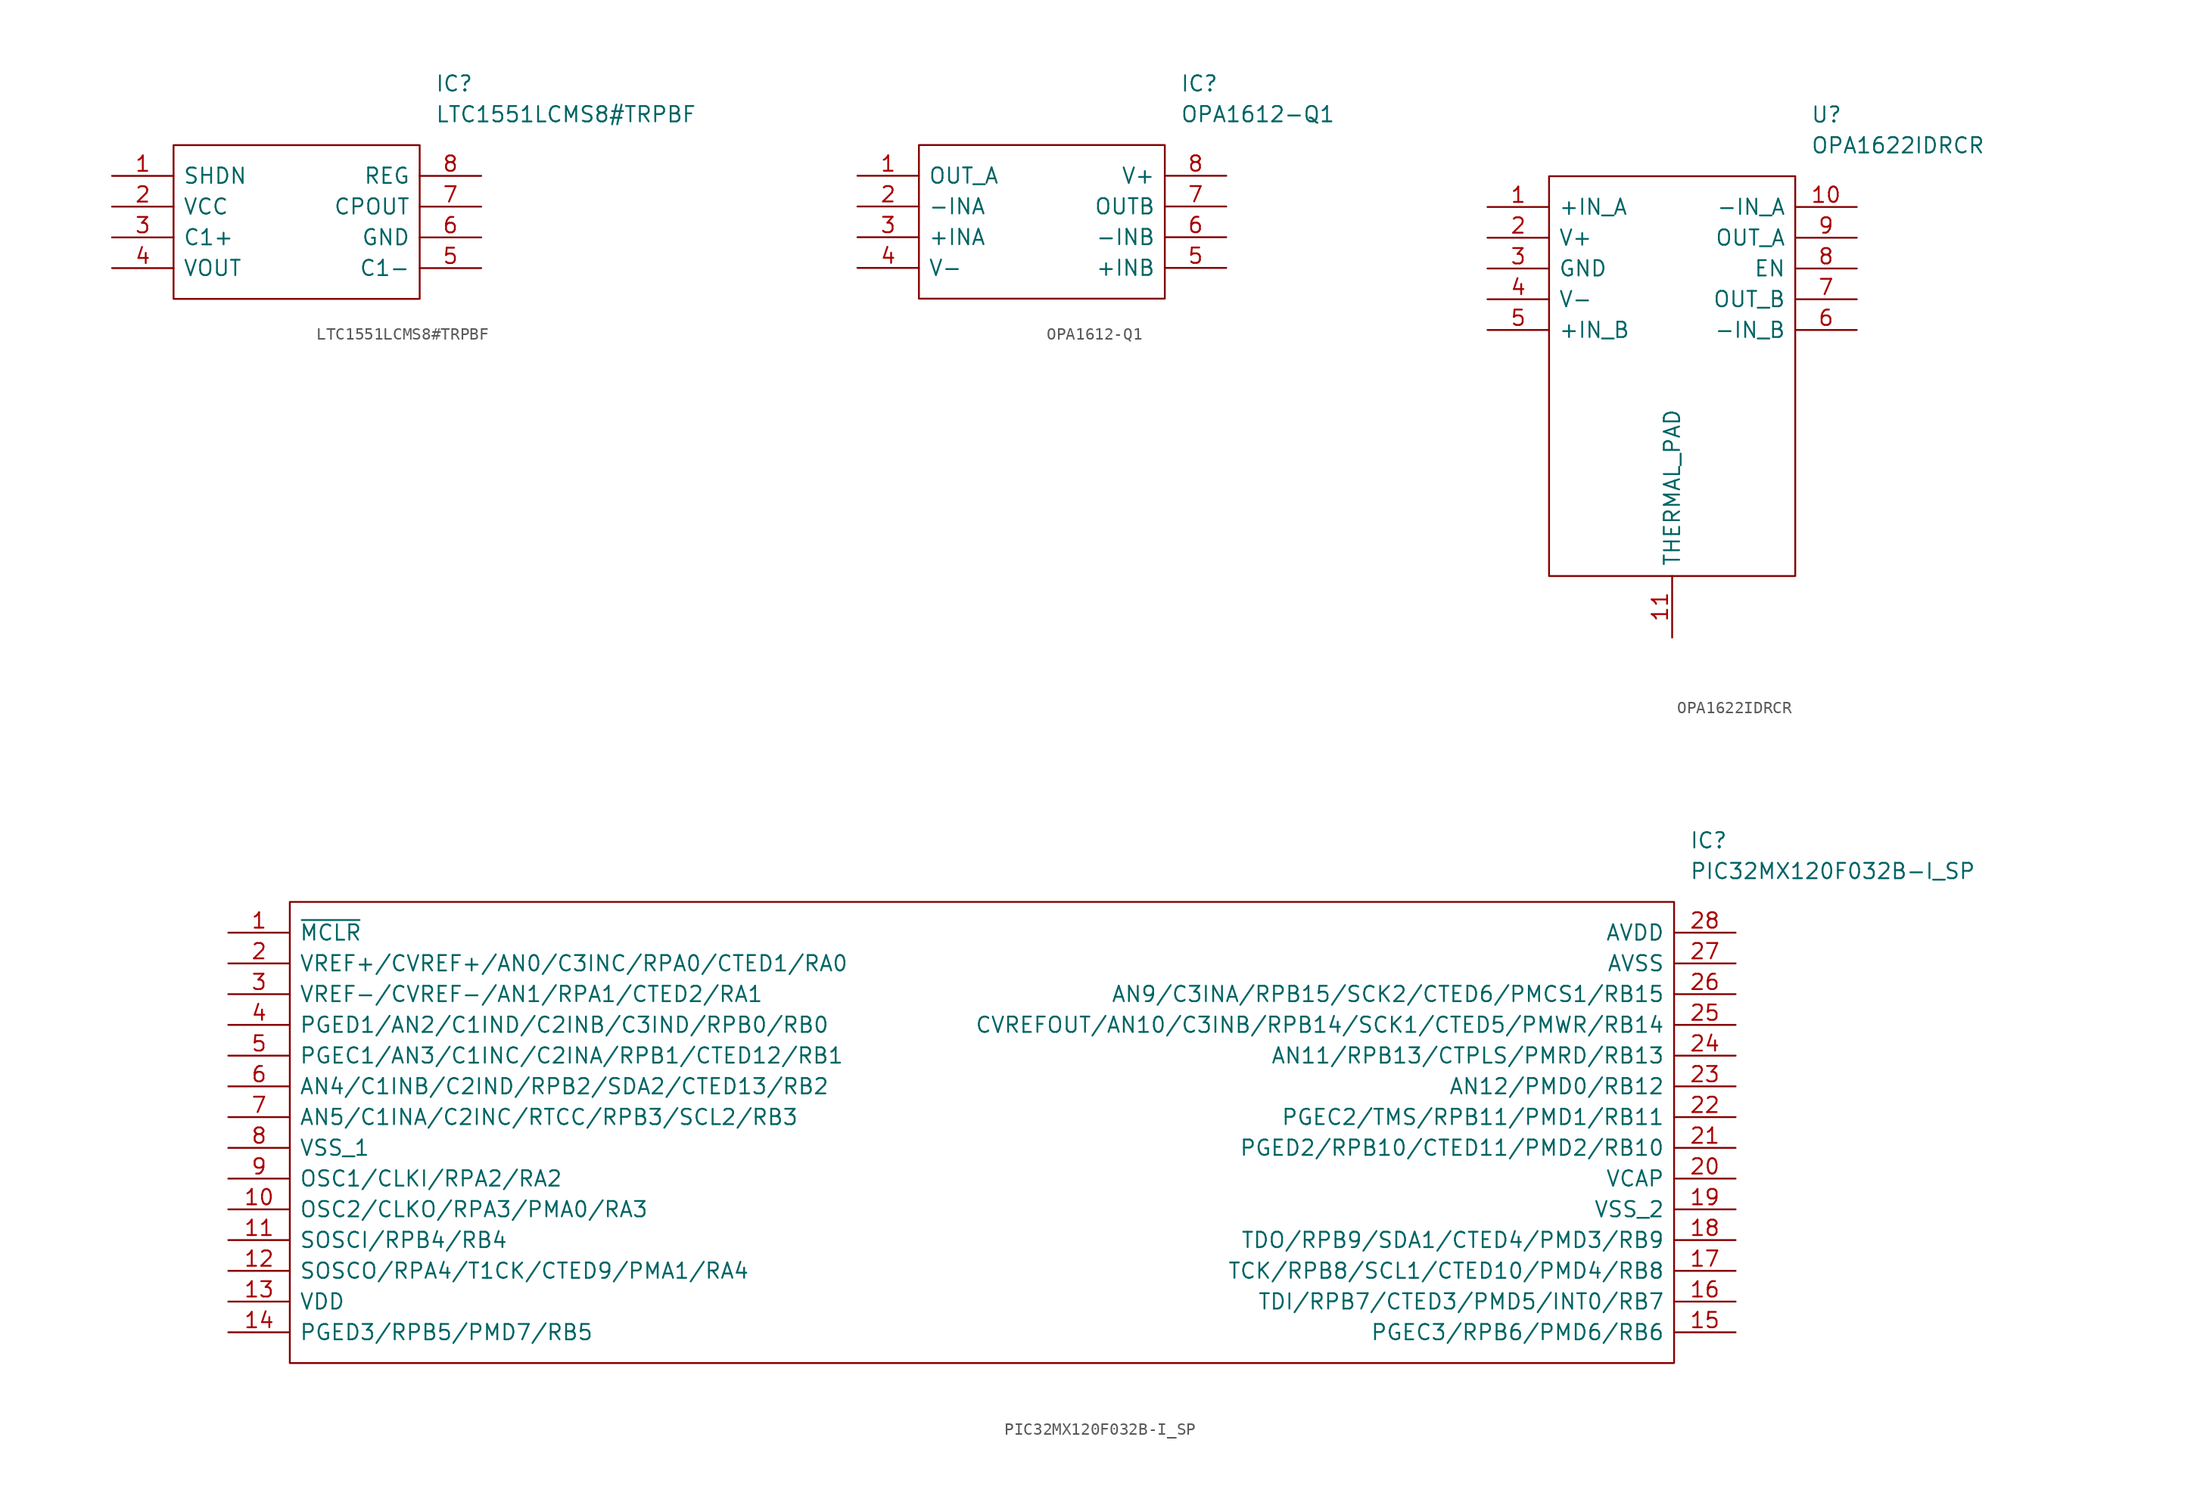
<source format=kicad_sym>
(kicad_symbol_lib
  (version 20211014)
  (generator kicad_symbol_editor)
  (symbol "LTC1551LCMS8#TRPBF"
    (pin_names
      (offset 0.762))
    (property "Reference" "IC"
      (at 26.67 7.62 0)
      (effects (font (size 1.27 1.27)) (justify left)))
    (property "Value" "LTC1551LCMS8#TRPBF"
      (at 26.67 5.08 0)
      (effects (font (size 1.27 1.27)) (justify left)))
    (symbol "LTC1551LCMS8#TRPBF_0_0"
      (pin passive line (at 0 0 0) (length 5.08) (name "SHDN" (effects (font (size 1.27 1.27)))) (number "1" (effects (font (size 1.27 1.27)))))
      (pin passive line (at 0 -2.54 0) (length 5.08) (name "VCC" (effects (font (size 1.27 1.27)))) (number "2" (effects (font (size 1.27 1.27)))))
      (pin passive line (at 0 -5.08 0) (length 5.08) (name "C1+" (effects (font (size 1.27 1.27)))) (number "3" (effects (font (size 1.27 1.27)))))
      (pin passive line (at 0 -7.62 0) (length 5.08) (name "VOUT" (effects (font (size 1.27 1.27)))) (number "4" (effects (font (size 1.27 1.27)))))
      (pin passive line (at 30.48 -7.62 180) (length 5.08) (name "C1-" (effects (font (size 1.27 1.27)))) (number "5" (effects (font (size 1.27 1.27)))))
      (pin passive line (at 30.48 -5.08 180) (length 5.08) (name "GND" (effects (font (size 1.27 1.27)))) (number "6" (effects (font (size 1.27 1.27)))))
      (pin passive line (at 30.48 -2.54 180) (length 5.08) (name "CPOUT" (effects (font (size 1.27 1.27)))) (number "7" (effects (font (size 1.27 1.27)))))
      (pin passive line (at 30.48 0 180) (length 5.08) (name "REG" (effects (font (size 1.27 1.27)))) (number "8" (effects (font (size 1.27 1.27))))))
    (symbol "LTC1551LCMS8#TRPBF_0_1"
      (polyline (pts (xy 5.08 2.54) (xy 25.4 2.54) (xy 25.4 -10.16) (xy 5.08 -10.16) (xy 5.08 2.54)) (stroke (width 0.152) (type default) (color 0 0 0 0)) (fill (type none)))))
  (symbol "OPA1612-Q1"
    (pin_names
      (offset 0.762))
    (property "Reference" "IC"
      (at 26.67 7.62 0)
      (effects (font (size 1.27 1.27)) (justify left)))
    (property "Value" "OPA1612-Q1"
      (at 26.67 5.08 0)
      (effects (font (size 1.27 1.27)) (justify left)))
    (symbol "OPA1612-Q1_0_0"
      (pin passive line (at 0 0 0) (length 5.08) (name "OUT_A" (effects (font (size 1.27 1.27)))) (number "1" (effects (font (size 1.27 1.27)))))
      (pin passive line (at 0 -2.54 0) (length 5.08) (name "-INA" (effects (font (size 1.27 1.27)))) (number "2" (effects (font (size 1.27 1.27)))))
      (pin passive line (at 0 -5.08 0) (length 5.08) (name "+INA" (effects (font (size 1.27 1.27)))) (number "3" (effects (font (size 1.27 1.27)))))
      (pin passive line (at 0 -7.62 0) (length 5.08) (name "V-" (effects (font (size 1.27 1.27)))) (number "4" (effects (font (size 1.27 1.27)))))
      (pin passive line (at 30.48 -7.62 180) (length 5.08) (name "+INB" (effects (font (size 1.27 1.27)))) (number "5" (effects (font (size 1.27 1.27)))))
      (pin passive line (at 30.48 -5.08 180) (length 5.08) (name "-INB" (effects (font (size 1.27 1.27)))) (number "6" (effects (font (size 1.27 1.27)))))
      (pin passive line (at 30.48 -2.54 180) (length 5.08) (name "OUTB" (effects (font (size 1.27 1.27)))) (number "7" (effects (font (size 1.27 1.27)))))
      (pin passive line (at 30.48 0 180) (length 5.08) (name "V+" (effects (font (size 1.27 1.27)))) (number "8" (effects (font (size 1.27 1.27))))))
    (symbol "OPA1612-Q1_0_1"
      (polyline (pts (xy 5.08 2.54) (xy 25.4 2.54) (xy 25.4 -10.16) (xy 5.08 -10.16) (xy 5.08 2.54)) (stroke (width 0.152) (type default) (color 0 0 0 0)) (fill (type none)))))
  (symbol "OPA1622IDRCR"
    (pin_names
      (offset 0.762))
    (property "Reference" "U"
      (at 26.67 7.62 0)
      (effects (font (size 1.27 1.27)) (justify left)))
    (property "Value" "OPA1622IDRCR"
      (at 26.67 5.08 0)
      (effects (font (size 1.27 1.27)) (justify left)))
    (symbol "OPA1622IDRCR_0_0"
      (pin input line (at 0 0 0) (length 5.08) (name "+IN_A" (effects (font (size 1.27 1.27)))) (number "1" (effects (font (size 1.27 1.27)))))
      (pin input line (at 30.48 0 180) (length 5.08) (name "-IN_A" (effects (font (size 1.27 1.27)))) (number "10" (effects (font (size 1.27 1.27)))))
      (pin power_in line (at 15.24 -35.56 90) (length 5.08) (name "THERMAL_PAD" (effects (font (size 1.27 1.27)))) (number "11" (effects (font (size 1.27 1.27)))))
      (pin power_in line (at 0 -2.54 0) (length 5.08) (name "V+" (effects (font (size 1.27 1.27)))) (number "2" (effects (font (size 1.27 1.27)))))
      (pin power_in line (at 0 -5.08 0) (length 5.08) (name "GND" (effects (font (size 1.27 1.27)))) (number "3" (effects (font (size 1.27 1.27)))))
      (pin power_in line (at 0 -7.62 0) (length 5.08) (name "V-" (effects (font (size 1.27 1.27)))) (number "4" (effects (font (size 1.27 1.27)))))
      (pin input line (at 0 -10.16 0) (length 5.08) (name "+IN_B" (effects (font (size 1.27 1.27)))) (number "5" (effects (font (size 1.27 1.27)))))
      (pin input line (at 30.48 -10.16 180) (length 5.08) (name "-IN_B" (effects (font (size 1.27 1.27)))) (number "6" (effects (font (size 1.27 1.27)))))
      (pin output line (at 30.48 -7.62 180) (length 5.08) (name "OUT_B" (effects (font (size 1.27 1.27)))) (number "7" (effects (font (size 1.27 1.27)))))
      (pin bidirectional line (at 30.48 -5.08 180) (length 5.08) (name "EN" (effects (font (size 1.27 1.27)))) (number "8" (effects (font (size 1.27 1.27)))))
      (pin output line (at 30.48 -2.54 180) (length 5.08) (name "OUT_A" (effects (font (size 1.27 1.27)))) (number "9" (effects (font (size 1.27 1.27))))))
    (symbol "OPA1622IDRCR_0_1"
      (polyline (pts (xy 5.08 2.54) (xy 25.4 2.54) (xy 25.4 -30.48) (xy 5.08 -30.48) (xy 5.08 2.54)) (stroke (width 0.152) (type default) (color 0 0 0 0)) (fill (type none)))))
  (symbol "PIC32MX120F032B-I_SP"
    (pin_names
      (offset 0.762))
    (property "Reference" "IC"
      (at 120.65 7.62 0)
      (effects (font (size 1.27 1.27)) (justify left)))
    (property "Value" "PIC32MX120F032B-I_SP"
      (at 120.65 5.08 0)
      (effects (font (size 1.27 1.27)) (justify left)))
    (symbol "PIC32MX120F032B-I_SP_0_0"
      (pin passive line (at 0 0 0) (length 5.08) (name "~{MCLR}" (effects (font (size 1.27 1.27)))) (number "1" (effects (font (size 1.27 1.27)))))
      (pin passive line (at 0 -22.86 0) (length 5.08) (name "OSC2/CLKO/RPA3/PMA0/RA3" (effects (font (size 1.27 1.27)))) (number "10" (effects (font (size 1.27 1.27)))))
      (pin passive line (at 0 -25.4 0) (length 5.08) (name "SOSCI/RPB4/RB4" (effects (font (size 1.27 1.27)))) (number "11" (effects (font (size 1.27 1.27)))))
      (pin passive line (at 0 -27.94 0) (length 5.08) (name "SOSCO/RPA4/T1CK/CTED9/PMA1/RA4" (effects (font (size 1.27 1.27)))) (number "12" (effects (font (size 1.27 1.27)))))
      (pin passive line (at 0 -30.48 0) (length 5.08) (name "VDD" (effects (font (size 1.27 1.27)))) (number "13" (effects (font (size 1.27 1.27)))))
      (pin passive line (at 0 -33.02 0) (length 5.08) (name "PGED3/RPB5/PMD7/RB5" (effects (font (size 1.27 1.27)))) (number "14" (effects (font (size 1.27 1.27)))))
      (pin passive line (at 124.46 -33.02 180) (length 5.08) (name "PGEC3/RPB6/PMD6/RB6" (effects (font (size 1.27 1.27)))) (number "15" (effects (font (size 1.27 1.27)))))
      (pin passive line (at 124.46 -30.48 180) (length 5.08) (name "TDI/RPB7/CTED3/PMD5/INT0/RB7" (effects (font (size 1.27 1.27)))) (number "16" (effects (font (size 1.27 1.27)))))
      (pin passive line (at 124.46 -27.94 180) (length 5.08) (name "TCK/RPB8/SCL1/CTED10/PMD4/RB8" (effects (font (size 1.27 1.27)))) (number "17" (effects (font (size 1.27 1.27)))))
      (pin passive line (at 124.46 -25.4 180) (length 5.08) (name "TDO/RPB9/SDA1/CTED4/PMD3/RB9" (effects (font (size 1.27 1.27)))) (number "18" (effects (font (size 1.27 1.27)))))
      (pin passive line (at 124.46 -22.86 180) (length 5.08) (name "VSS_2" (effects (font (size 1.27 1.27)))) (number "19" (effects (font (size 1.27 1.27)))))
      (pin passive line (at 0 -2.54 0) (length 5.08) (name "VREF+/CVREF+/AN0/C3INC/RPA0/CTED1/RA0" (effects (font (size 1.27 1.27)))) (number "2" (effects (font (size 1.27 1.27)))))
      (pin passive line (at 124.46 -20.32 180) (length 5.08) (name "VCAP" (effects (font (size 1.27 1.27)))) (number "20" (effects (font (size 1.27 1.27)))))
      (pin passive line (at 124.46 -17.78 180) (length 5.08) (name "PGED2/RPB10/CTED11/PMD2/RB10" (effects (font (size 1.27 1.27)))) (number "21" (effects (font (size 1.27 1.27)))))
      (pin passive line (at 124.46 -15.24 180) (length 5.08) (name "PGEC2/TMS/RPB11/PMD1/RB11" (effects (font (size 1.27 1.27)))) (number "22" (effects (font (size 1.27 1.27)))))
      (pin passive line (at 124.46 -12.7 180) (length 5.08) (name "AN12/PMD0/RB12" (effects (font (size 1.27 1.27)))) (number "23" (effects (font (size 1.27 1.27)))))
      (pin passive line (at 124.46 -10.16 180) (length 5.08) (name "AN11/RPB13/CTPLS/PMRD/RB13" (effects (font (size 1.27 1.27)))) (number "24" (effects (font (size 1.27 1.27)))))
      (pin passive line (at 124.46 -7.62 180) (length 5.08) (name "CVREFOUT/AN10/C3INB/RPB14/SCK1/CTED5/PMWR/RB14" (effects (font (size 1.27 1.27)))) (number "25" (effects (font (size 1.27 1.27)))))
      (pin passive line (at 124.46 -5.08 180) (length 5.08) (name "AN9/C3INA/RPB15/SCK2/CTED6/PMCS1/RB15" (effects (font (size 1.27 1.27)))) (number "26" (effects (font (size 1.27 1.27)))))
      (pin passive line (at 124.46 -2.54 180) (length 5.08) (name "AVSS" (effects (font (size 1.27 1.27)))) (number "27" (effects (font (size 1.27 1.27)))))
      (pin passive line (at 124.46 0 180) (length 5.08) (name "AVDD" (effects (font (size 1.27 1.27)))) (number "28" (effects (font (size 1.27 1.27)))))
      (pin passive line (at 0 -5.08 0) (length 5.08) (name "VREF-/CVREF-/AN1/RPA1/CTED2/RA1" (effects (font (size 1.27 1.27)))) (number "3" (effects (font (size 1.27 1.27)))))
      (pin passive line (at 0 -7.62 0) (length 5.08) (name "PGED1/AN2/C1IND/C2INB/C3IND/RPB0/RB0" (effects (font (size 1.27 1.27)))) (number "4" (effects (font (size 1.27 1.27)))))
      (pin passive line (at 0 -10.16 0) (length 5.08) (name "PGEC1/AN3/C1INC/C2INA/RPB1/CTED12/RB1" (effects (font (size 1.27 1.27)))) (number "5" (effects (font (size 1.27 1.27)))))
      (pin passive line (at 0 -12.7 0) (length 5.08) (name "AN4/C1INB/C2IND/RPB2/SDA2/CTED13/RB2" (effects (font (size 1.27 1.27)))) (number "6" (effects (font (size 1.27 1.27)))))
      (pin passive line (at 0 -15.24 0) (length 5.08) (name "AN5/C1INA/C2INC/RTCC/RPB3/SCL2/RB3" (effects (font (size 1.27 1.27)))) (number "7" (effects (font (size 1.27 1.27)))))
      (pin passive line (at 0 -17.78 0) (length 5.08) (name "VSS_1" (effects (font (size 1.27 1.27)))) (number "8" (effects (font (size 1.27 1.27)))))
      (pin passive line (at 0 -20.32 0) (length 5.08) (name "OSC1/CLKI/RPA2/RA2" (effects (font (size 1.27 1.27)))) (number "9" (effects (font (size 1.27 1.27))))))
    (symbol "PIC32MX120F032B-I_SP_0_1"
      (polyline (pts (xy 5.08 2.54) (xy 119.38 2.54) (xy 119.38 -35.56) (xy 5.08 -35.56) (xy 5.08 2.54)) (stroke (width 0.152) (type default) (color 0 0 0 0)) (fill (type none))))))
</source>
